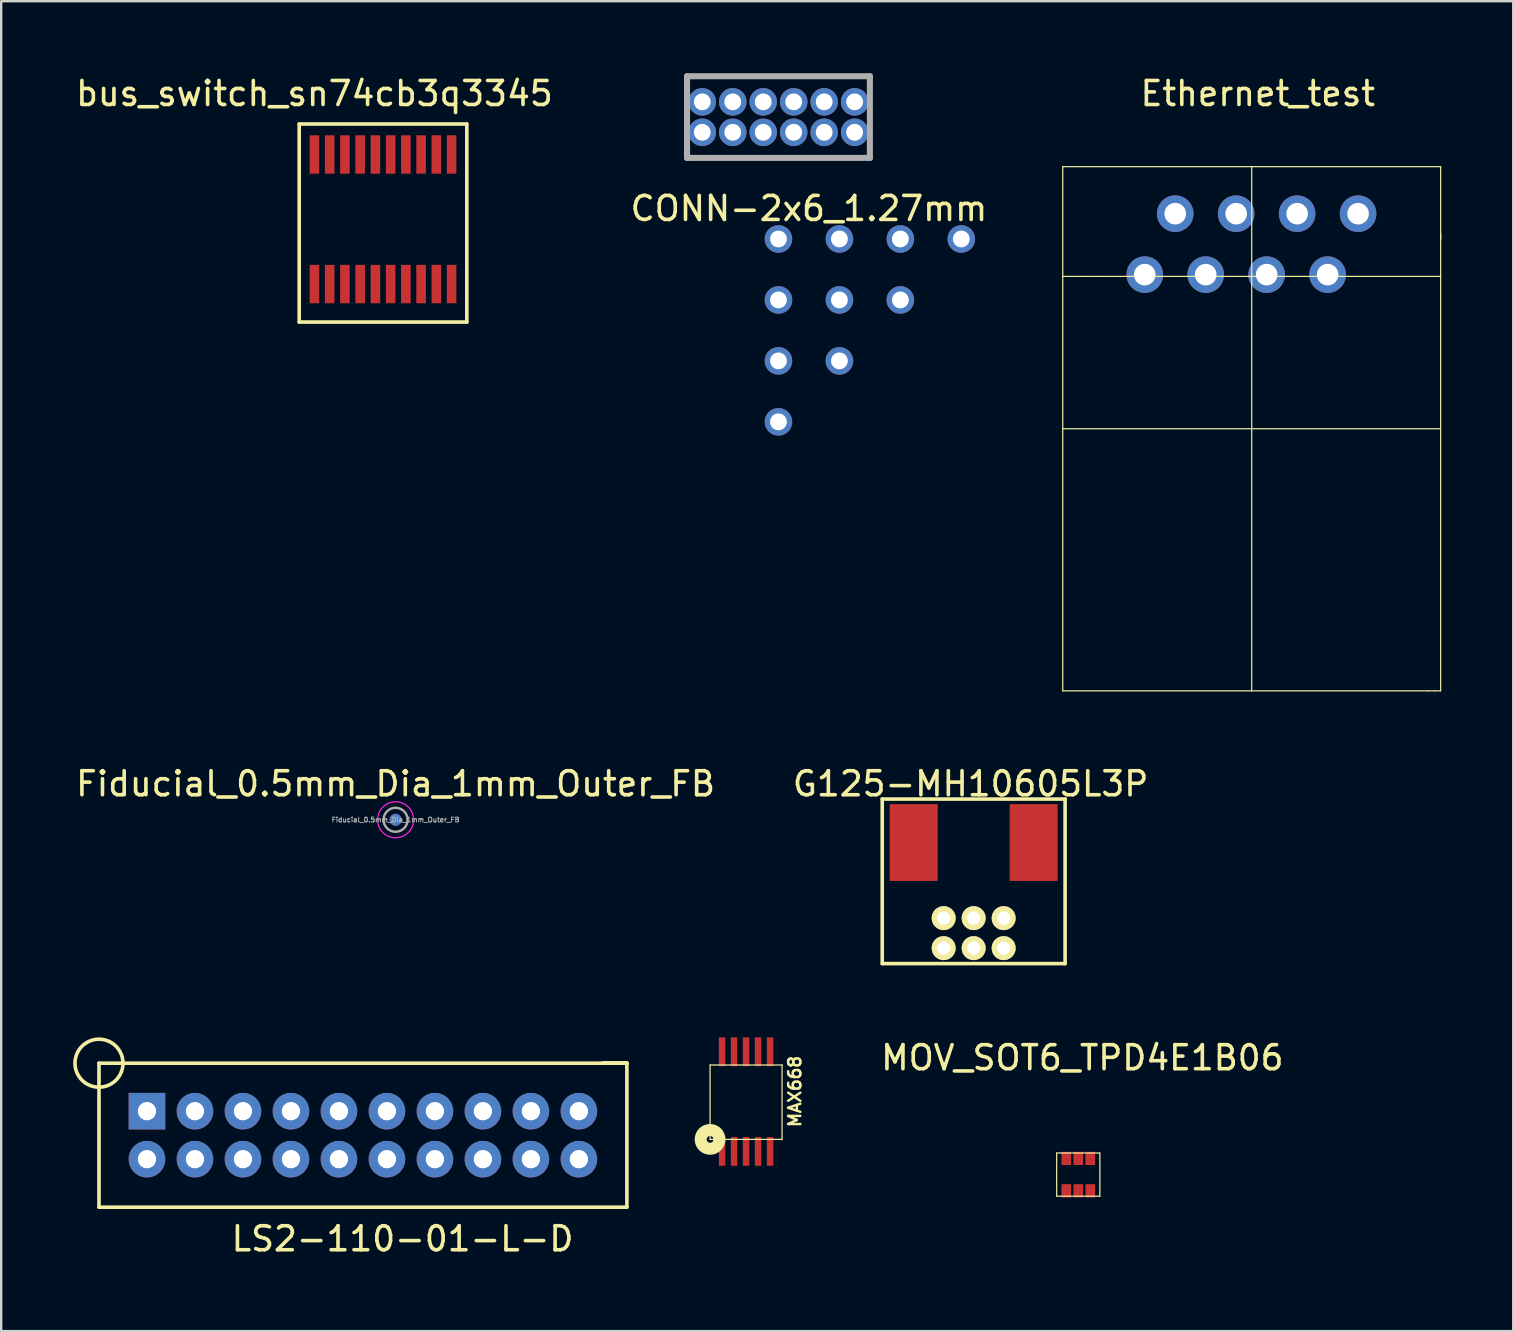
<source format=kicad_pcb>
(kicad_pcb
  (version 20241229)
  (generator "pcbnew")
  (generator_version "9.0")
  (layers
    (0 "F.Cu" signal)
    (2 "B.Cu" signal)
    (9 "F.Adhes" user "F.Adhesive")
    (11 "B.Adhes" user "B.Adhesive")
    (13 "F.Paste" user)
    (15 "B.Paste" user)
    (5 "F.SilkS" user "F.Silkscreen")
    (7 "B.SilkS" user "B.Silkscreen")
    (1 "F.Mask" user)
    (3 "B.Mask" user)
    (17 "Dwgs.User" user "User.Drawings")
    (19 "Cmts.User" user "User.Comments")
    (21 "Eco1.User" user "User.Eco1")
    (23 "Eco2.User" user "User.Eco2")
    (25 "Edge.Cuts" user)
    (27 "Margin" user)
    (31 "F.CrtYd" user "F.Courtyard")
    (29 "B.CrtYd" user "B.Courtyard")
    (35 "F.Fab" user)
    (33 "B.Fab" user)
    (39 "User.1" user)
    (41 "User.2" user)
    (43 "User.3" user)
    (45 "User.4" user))
  (footprint "MOV_SOT6_TPD4E1B06"
    (layer "F.Cu")
    (at 41.885 45.9)
    (property "Reference" "MOV_SOT6_TPD4E1B06" (at 0.17 -4.87 0) (layer "F.SilkS") (effects (font (size 1 1) (thickness 0.15))))
    (attr through_hole)
    (fp_line (start -0.9 -0.9) (end -0.9 0.9) (stroke (width 0.05) (type solid)) (layer "F.SilkS"))
    (fp_line (start -0.9 0.9) (end 0.9 0.9) (stroke (width 0.05) (type solid)) (layer "F.SilkS"))
    (fp_line (start 0.9 -0.9) (end -0.9 -0.9) (stroke (width 0.05) (type solid)) (layer "F.SilkS"))
    (fp_line (start 0.9 0.9) (end 0.9 -0.9) (stroke (width 0.05) (type solid)) (layer "F.SilkS"))
    (pad "1" smd rect (at -0.5 0.675) (size 0.4 0.55) (layers "F.Cu" "F.Mask" "F.Paste"))
    (pad "2" smd rect (at 0 0.675) (size 0.4 0.55) (layers "F.Cu" "F.Mask" "F.Paste"))
    (pad "3" smd rect (at 0.5 0.675) (size 0.4 0.55) (layers "F.Cu" "F.Mask" "F.Paste"))
    (pad "4" smd rect (at 0.5 -0.675) (size 0.4 0.55) (layers "F.Cu" "F.Mask" "F.Paste"))
    (pad "5" smd rect (at 0 -0.675) (size 0.4 0.55) (layers "F.Cu" "F.Mask" "F.Paste"))
    (pad "6" smd rect (at -0.5 -0.675) (size 0.4 0.55) (layers "F.Cu" "F.Mask" "F.Paste")))
  (footprint "LS2-110-01-L-D"
    (layer "F.Cu")
    (at 12.075 44.257)
    (property "Reference" "LS2-110-01-L-D" (at 1.651 4.318 0) (layer "F.SilkS") (effects (font (size 1 1) (thickness 0.15))))
    (attr through_hole)
    (fp_line (start -11 -3) (end 11 -3) (stroke (width 0.15) (type solid)) (layer "F.SilkS"))
    (fp_line (start -11 3) (end -11 -3) (stroke (width 0.15) (type solid)) (layer "F.SilkS"))
    (fp_line (start 10 -3) (end 11 -3) (stroke (width 0.15) (type solid)) (layer "F.SilkS"))
    (fp_line (start 10 -3) (end 11 -3) (stroke (width 0.15) (type solid)) (layer "F.SilkS"))
    (fp_line (start 11 -3) (end 10 -3) (stroke (width 0.15) (type solid)) (layer "F.SilkS"))
    (fp_line (start 11 -3) (end 11 3) (stroke (width 0.15) (type solid)) (layer "F.SilkS"))
    (fp_line (start 11 3) (end -11 3) (stroke (width 0.15) (type solid)) (layer "F.SilkS"))
    (fp_circle (center -11 -3) (end -10 -3) (stroke (width 0.15) (type solid)) (fill no) (layer "F.SilkS"))
    (pad "1" thru_hole rect (at -9 -1) (size 1.524 1.524) (drill 0.762) (layers "*.Cu" "*.Mask"))
    (pad "2" thru_hole circle (at -9 1) (size 1.524 1.524) (drill 0.762) (layers "*.Cu" "*.Mask"))
    (pad "3" thru_hole circle (at -7 -1) (size 1.524 1.524) (drill 0.762) (layers "*.Cu" "*.Mask"))
    (pad "4" thru_hole circle (at -7 1) (size 1.524 1.524) (drill 0.762) (layers "*.Cu" "*.Mask"))
    (pad "5" thru_hole circle (at -5 -1) (size 1.524 1.524) (drill 0.762) (layers "*.Cu" "*.Mask"))
    (pad "6" thru_hole circle (at -5 1) (size 1.524 1.524) (drill 0.762) (layers "*.Cu" "*.Mask"))
    (pad "7" thru_hole circle (at -3 -1) (size 1.524 1.524) (drill 0.762) (layers "*.Cu" "*.Mask"))
    (pad "8" thru_hole circle (at -3 1) (size 1.524 1.524) (drill 0.762) (layers "*.Cu" "*.Mask"))
    (pad "9" thru_hole circle (at -1 -1) (size 1.524 1.524) (drill 0.762) (layers "*.Cu" "*.Mask"))
    (pad "10" thru_hole circle (at -1 1) (size 1.524 1.524) (drill 0.762) (layers "*.Cu" "*.Mask"))
    (pad "11" thru_hole circle (at 1 -1) (size 1.524 1.524) (drill 0.762) (layers "*.Cu" "*.Mask"))
    (pad "12" thru_hole circle (at 1 1) (size 1.524 1.524) (drill 0.762) (layers "*.Cu" "*.Mask"))
    (pad "13" thru_hole circle (at 3 -1) (size 1.524 1.524) (drill 0.762) (layers "*.Cu" "*.Mask"))
    (pad "14" thru_hole circle (at 3 1) (size 1.524 1.524) (drill 0.762) (layers "*.Cu" "*.Mask"))
    (pad "15" thru_hole circle (at 5 -1) (size 1.524 1.524) (drill 0.762) (layers "*.Cu" "*.Mask"))
    (pad "16" thru_hole circle (at 5 1) (size 1.524 1.524) (drill 0.762) (layers "*.Cu" "*.Mask"))
    (pad "17" thru_hole circle (at 7 -1) (size 1.524 1.524) (drill 0.762) (layers "*.Cu" "*.Mask"))
    (pad "18" thru_hole circle (at 7 1) (size 1.524 1.524) (drill 0.762) (layers "*.Cu" "*.Mask"))
    (pad "19" thru_hole circle (at 9 -1) (size 1.524 1.524) (drill 0.762) (layers "*.Cu" "*.Mask"))
    (pad "20" thru_hole circle (at 9 1) (size 1.524 1.524) (drill 0.762) (layers "*.Cu" "*.Mask")))
  (footprint "MAX668"
    (layer "F.Cu")
    (at 28.041 42.882)
    (property "Reference" "MAX668" (at 2.032 -0.445 270) (layer "F.SilkS") (effects (font (size 0.508 0.508) (thickness 0.102))))
    (attr through_hole)
    (fp_line (start -1.5 -1.55) (end 1.5 -1.55) (stroke (width 0.05) (type solid)) (layer "F.SilkS"))
    (fp_line (start -1.5 1.55) (end -1.5 -1.55) (stroke (width 0.05) (type solid)) (layer "F.SilkS"))
    (fp_line (start 1.5 -1.55) (end 1.5 1.55) (stroke (width 0.05) (type solid)) (layer "F.SilkS"))
    (fp_line (start 1.5 1.55) (end -1.5 1.55) (stroke (width 0.05) (type solid)) (layer "F.SilkS"))
    (fp_circle (center -1.5 1.55) (end -1.6 1.65) (stroke (width 0.5) (type solid)) (fill no) (layer "F.SilkS"))
    (pad "1" smd rect (at -1 2.05) (size 0.27 1.2) (layers "F.Cu" "F.Mask" "F.Paste"))
    (pad "2" smd rect (at -0.5 2.05) (size 0.27 1.2) (layers "F.Cu" "F.Mask" "F.Paste"))
    (pad "3" smd rect (at 0 2.05) (size 0.27 1.2) (layers "F.Cu" "F.Mask" "F.Paste"))
    (pad "4" smd rect (at 0.5 2.05) (size 0.27 1.2) (layers "F.Cu" "F.Mask" "F.Paste"))
    (pad "5" smd rect (at 1 2.05) (size 0.27 1.2) (layers "F.Cu" "F.Mask" "F.Paste"))
    (pad "6" smd rect (at 1 -2.1) (size 0.27 1.2) (layers "F.Cu" "F.Mask" "F.Paste"))
    (pad "7" smd rect (at 0.5 -2.1) (size 0.27 1.2) (layers "F.Cu" "F.Mask" "F.Paste"))
    (pad "8" smd rect (at 0 -2.1) (size 0.27 1.2) (layers "F.Cu" "F.Mask" "F.Paste"))
    (pad "9" smd rect (at -0.5 -2.1) (size 0.27 1.2) (layers "F.Cu" "F.Mask" "F.Paste"))
    (pad "10" smd rect (at -1 -2.1) (size 0.27 1.2) (layers "F.Cu" "F.Mask" "F.Paste")))
  (footprint "bus_switch_sn74cb3q3345"
    (layer "F.Cu")
    (at 10.054 3.388)
    (property "Reference" "bus_switch_sn74cb3q3345" (at 0 -2.54 0) (layer "F.SilkS") (effects (font (size 1 1) (thickness 0.15))))
    (attr through_hole)
    (fp_line (start -0.635 -1.27) (end 6.35 -1.27) (stroke (width 0.15) (type solid)) (layer "F.SilkS"))
    (fp_line (start -0.635 6.985) (end -0.635 -1.27) (stroke (width 0.15) (type solid)) (layer "F.SilkS"))
    (fp_line (start 6.35 -1.27) (end 6.35 6.985) (stroke (width 0.15) (type solid)) (layer "F.SilkS"))
    (fp_line (start 6.35 6.985) (end -0.635 6.985) (stroke (width 0.15) (type solid)) (layer "F.SilkS"))
    (pad "1" smd rect (at 0 5.4) (size 0.4 1.6) (layers "F.Cu" "F.Mask" "F.Paste"))
    (pad "2" smd rect (at 0.635 5.4) (size 0.4 1.6) (layers "F.Cu" "F.Mask" "F.Paste"))
    (pad "3" smd rect (at 1.27 5.4) (size 0.4 1.6) (layers "F.Cu" "F.Mask" "F.Paste"))
    (pad "4" smd rect (at 1.905 5.4) (size 0.4 1.6) (layers "F.Cu" "F.Mask" "F.Paste"))
    (pad "5" smd rect (at 2.54 5.4) (size 0.4 1.6) (layers "F.Cu" "F.Mask" "F.Paste"))
    (pad "6" smd rect (at 3.175 5.4) (size 0.4 1.6) (layers "F.Cu" "F.Mask" "F.Paste"))
    (pad "7" smd rect (at 3.81 5.4) (size 0.4 1.6) (layers "F.Cu" "F.Mask" "F.Paste"))
    (pad "8" smd rect (at 4.445 5.4) (size 0.4 1.6) (layers "F.Cu" "F.Mask" "F.Paste"))
    (pad "9" smd rect (at 5.08 5.4) (size 0.4 1.6) (layers "F.Cu" "F.Mask" "F.Paste"))
    (pad "10" smd rect (at 5.715 5.4) (size 0.4 1.6) (layers "F.Cu" "F.Mask" "F.Paste"))
    (pad "11" smd rect (at 5.715 0) (size 0.4 1.6) (layers "F.Cu" "F.Mask" "F.Paste"))
    (pad "12" smd rect (at 5.08 0) (size 0.4 1.6) (layers "F.Cu" "F.Mask" "F.Paste"))
    (pad "13" smd rect (at 4.445 0) (size 0.4 1.6) (layers "F.Cu" "F.Mask" "F.Paste"))
    (pad "14" smd rect (at 3.81 0) (size 0.4 1.6) (layers "F.Cu" "F.Mask" "F.Paste"))
    (pad "15" smd rect (at 3.175 0) (size 0.4 1.6) (layers "F.Cu" "F.Mask" "F.Paste"))
    (pad "16" smd rect (at 2.54 0) (size 0.4 1.6) (layers "F.Cu" "F.Mask" "F.Paste"))
    (pad "17" smd rect (at 1.905 0) (size 0.4 1.6) (layers "F.Cu" "F.Mask" "F.Paste"))
    (pad "18" smd rect (at 1.27 0) (size 0.4 1.6) (layers "F.Cu" "F.Mask" "F.Paste"))
    (pad "19" smd rect (at 0.635 0) (size 0.4 1.6) (layers "F.Cu" "F.Mask" "F.Paste"))
    (pad "20" smd rect (at 0 0) (size 0.4 1.6) (layers "F.Cu" "F.Mask" "F.Paste")))
  (footprint "Ethernet_test"
    (layer "F.Cu")
    (at 49.113 14.818)
    (property "Reference" "Ethernet_test" (at 0.254 -13.97 0) (layer "F.SilkS") (effects (font (size 1 1) (thickness 0.15))))
    (attr through_hole)
    (fp_line (start -7.874 -10.922) (end -7.874 10.922) (stroke (width 0.05) (type solid)) (layer "F.SilkS"))
    (fp_line (start -7.874 -6.35) (end -7.112 -6.35) (stroke (width 0.05) (type solid)) (layer "F.SilkS"))
    (fp_line (start -7.874 0) (end 7.874 0) (stroke (width 0.05) (type solid)) (layer "F.SilkS"))
    (fp_line (start -7.874 10.922) (end 7.366 10.922) (stroke (width 0.05) (type solid)) (layer "F.SilkS"))
    (fp_line (start -7.112 -6.35) (end -6.35 -6.35) (stroke (width 0.05) (type solid)) (layer "F.SilkS"))
    (fp_line (start -6.35 -6.35) (end 7.874 -6.35) (stroke (width 0.05) (type solid)) (layer "F.SilkS"))
    (fp_line (start 0 10.922) (end 0 -10.922) (stroke (width 0.05) (type solid)) (layer "F.SilkS"))
    (fp_line (start 7.366 10.922) (end 7.62 10.922) (stroke (width 0.05) (type solid)) (layer "F.SilkS"))
    (fp_line (start 7.62 10.922) (end 7.874 10.922) (stroke (width 0.05) (type solid)) (layer "F.SilkS"))
    (fp_line (start 7.874 -10.922) (end -7.874 -10.922) (stroke (width 0.05) (type solid)) (layer "F.SilkS"))
    (fp_line (start 7.874 -7.874) (end 7.874 -10.922) (stroke (width 0.05) (type solid)) (layer "F.SilkS"))
    (fp_line (start 7.874 10.922) (end 7.874 -8.128) (stroke (width 0.05) (type solid)) (layer "F.SilkS"))
    (pad "1" thru_hole circle (at -4.457 -6.423) (size 1.524 1.524) (drill 0.9) (layers "*.Cu" "*.Mask"))
    (pad "2" thru_hole circle (at -3.187 -8.963) (size 1.524 1.524) (drill 0.9) (layers "*.Cu" "*.Mask"))
    (pad "3" thru_hole circle (at -1.917 -6.423) (size 1.524 1.524) (drill 0.9) (layers "*.Cu" "*.Mask"))
    (pad "4" thru_hole circle (at -0.647 -8.963) (size 1.524 1.524) (drill 0.9) (layers "*.Cu" "*.Mask"))
    (pad "5" thru_hole circle (at 0.623 -6.423) (size 1.524 1.524) (drill 0.9) (layers "*.Cu" "*.Mask"))
    (pad "6" thru_hole circle (at 1.893 -8.963) (size 1.524 1.524) (drill 0.9) (layers "*.Cu" "*.Mask"))
    (pad "7" thru_hole circle (at 3.163 -6.423) (size 1.524 1.524) (drill 0.9) (layers "*.Cu" "*.Mask"))
    (pad "8" thru_hole circle (at 4.433 -8.963) (size 1.524 1.524) (drill 0.9) (layers "*.Cu" "*.Mask")))
  (footprint "Fiducial_0.5mm_Dia_1mm_Outer_FB"
    (layer "F.Cu")
    (at 13.435 31.113)
    (property "Reference" "Fiducial_0.5mm_Dia_1mm_Outer_FB" (at 0 -1.5 0) (layer "F.SilkS") (effects (font (size 1 1) (thickness 0.15))))
    (attr exclude_from_pos_files exclude_from_bom)
    (fp_circle (center 0 0) (end 0.75 0) (stroke (width 0.05) (type solid)) (fill no) (layer "F.CrtYd"))
    (fp_circle (center 0 0) (end 0.5 0) (stroke (width 0.1) (type solid)) (fill no) (layer "F.Fab"))
    (fp_text user "${REFERENCE}" (at 0 0 0) (layer "F.Fab") (effects (font (size 0.2 0.2) (thickness 0.04))))
    (pad "~" smd circle (at 0 0) (size 0.5 0.5) (layers "F.Cu" "F.Mask"))
    (pad "~" smd circle (at 0 0) (size 0.5 0.5) (layers "B.Cu" "B.Mask")))
  (footprint "G125-MH10605L3P"
    (layer "F.Cu")
    (at 37.526 35.837)
    (property "Reference" "G125-MH10605L3P" (at -0.127 -6.223 0) (layer "F.SilkS") (effects (font (size 1 1) (thickness 0.15))))
    (attr through_hole)
    (fp_line (start -3.81 -5.588) (end -3.81 1.27) (stroke (width 0.15) (type solid)) (layer "F.SilkS"))
    (fp_line (start -3.81 -5.588) (end 3.81 -5.588) (stroke (width 0.15) (type solid)) (layer "F.SilkS"))
    (fp_line (start -3.81 1.27) (end 3.81 1.27) (stroke (width 0.15) (type solid)) (layer "F.SilkS"))
    (fp_line (start 3.81 -5.588) (end 3.81 1.27) (stroke (width 0.15) (type solid)) (layer "F.SilkS"))
    (pad "" smd rect (at -2.5 -3.775) (size 2 3.2) (layers "F.Cu" "F.Mask" "F.Paste"))
    (pad "" smd rect (at 2.5 -3.775) (size 2 3.2) (layers "F.Cu" "F.Mask" "F.Paste"))
    (pad "1" thru_hole circle (at -1.25 0.625) (size 1 1) (drill 0.55) (layers "*.Cu" "*.Mask" "F.SilkS"))
    (pad "2" thru_hole circle (at -1.25 -0.625) (size 1 1) (drill 0.55) (layers "*.Cu" "*.Mask" "F.SilkS"))
    (pad "3" thru_hole circle (at 0 0.625) (size 1 1) (drill 0.55) (layers "*.Cu" "*.Mask" "F.SilkS"))
    (pad "4" thru_hole circle (at 0 -0.625) (size 1 1) (drill 0.55) (layers "*.Cu" "*.Mask" "F.SilkS"))
    (pad "5" thru_hole circle (at 1.25 0.625) (size 1 1) (drill 0.55) (layers "*.Cu" "*.Mask" "F.SilkS"))
    (pad "6" thru_hole circle (at 1.25 -0.625) (size 1 1) (drill 0.55) (layers "*.Cu" "*.Mask" "F.SilkS")))
  (footprint "CONN-2x6_1.27mm"
    (layer "F.Cu")
    (at 29.391 1.829)
    (property "Reference" "CONN-2x6_1.27mm" (at 1.27 3.81 0) (layer "F.SilkS") (effects (font (size 1 1) (thickness 0.15))))
    (attr through_hole)
    (fp_line (start -3.81 -1.702) (end -3.81 1.702) (stroke (width 0.254) (type solid)) (layer "F.Fab"))
    (fp_line (start 3.81 -1.702) (end -3.81 -1.702) (stroke (width 0.254) (type solid)) (layer "F.Fab"))
    (fp_line (start 3.81 -1.702) (end 3.81 1.702) (stroke (width 0.254) (type solid)) (layer "F.Fab"))
    (fp_line (start 3.81 1.702) (end -3.81 1.702) (stroke (width 0.254) (type solid)) (layer "F.Fab"))
    (pad "1" thru_hole circle (at -3.175 0.635) (size 1.15 1.15) (drill 0.7) (layers "*.Cu" "*.Mask"))
    (pad "2" thru_hole circle (at -1.905 0.635) (size 1.15 1.15) (drill 0.7) (layers "*.Cu" "*.Mask"))
    (pad "2" thru_hole circle (at 0 7.62) (size 1.15 1.15) (drill 0.7) (layers "*.Cu" "*.Mask"))
    (pad "3" thru_hole circle (at -0.635 0.635) (size 1.15 1.15) (drill 0.7) (layers "*.Cu" "*.Mask"))
    (pad "3" thru_hole circle (at 2.54 7.62) (size 1.15 1.15) (drill 0.7) (layers "*.Cu" "*.Mask"))
    (pad "4" thru_hole circle (at 0.635 0.635) (size 1.15 1.15) (drill 0.7) (layers "*.Cu" "*.Mask"))
    (pad "4" thru_hole circle (at 5.08 7.62) (size 1.15 1.15) (drill 0.7) (layers "*.Cu" "*.Mask"))
    (pad "5" thru_hole circle (at 1.905 0.635) (size 1.15 1.15) (drill 0.7) (layers "*.Cu" "*.Mask"))
    (pad "5" thru_hole circle (at 5.08 5.08) (size 1.15 1.15) (drill 0.7) (layers "*.Cu" "*.Mask"))
    (pad "6" thru_hole circle (at 2.54 5.08) (size 1.15 1.15) (drill 0.7) (layers "*.Cu" "*.Mask"))
    (pad "6" thru_hole circle (at 3.175 0.635) (size 1.15 1.15) (drill 0.7) (layers "*.Cu" "*.Mask"))
    (pad "7" thru_hole circle (at -3.175 -0.635) (size 1.15 1.15) (drill 0.7) (layers "*.Cu" "*.Mask"))
    (pad "7" thru_hole circle (at 0 5.08) (size 1.15 1.15) (drill 0.7) (layers "*.Cu" "*.Mask"))
    (pad "8" thru_hole circle (at -1.905 -0.635) (size 1.15 1.15) (drill 0.7) (layers "*.Cu" "*.Mask"))
    (pad "8" thru_hole circle (at 0 10.16) (size 1.15 1.15) (drill 0.7) (layers "*.Cu" "*.Mask"))
    (pad "9" thru_hole circle (at -0.635 -0.635) (size 1.15 1.15) (drill 0.7) (layers "*.Cu" "*.Mask"))
    (pad "9" thru_hole circle (at 2.54 10.16) (size 1.15 1.15) (drill 0.7) (layers "*.Cu" "*.Mask"))
    (pad "10" thru_hole circle (at 0.635 -0.635) (size 1.15 1.15) (drill 0.7) (layers "*.Cu" "*.Mask"))
    (pad "11" thru_hole circle (at 0 12.7) (size 1.15 1.15) (drill 0.7) (layers "*.Cu" "*.Mask"))
    (pad "11" thru_hole circle (at 1.905 -0.635) (size 1.15 1.15) (drill 0.7) (layers "*.Cu" "*.Mask"))
    (pad "12" thru_hole circle (at 3.175 -0.635) (size 1.15 1.15) (drill 0.7) (layers "*.Cu" "*.Mask"))
    (pad "12" thru_hole circle (at 7.62 5.08) (size 1.15 1.15) (drill 0.7) (layers "*.Cu" "*.Mask")))
  (gr_rect
    (start -3 -3)
    (end 60.012 52.423)
    (stroke (width 0.1) (type default))
    (fill no)
    (layer "Edge.Cuts")))
</source>
